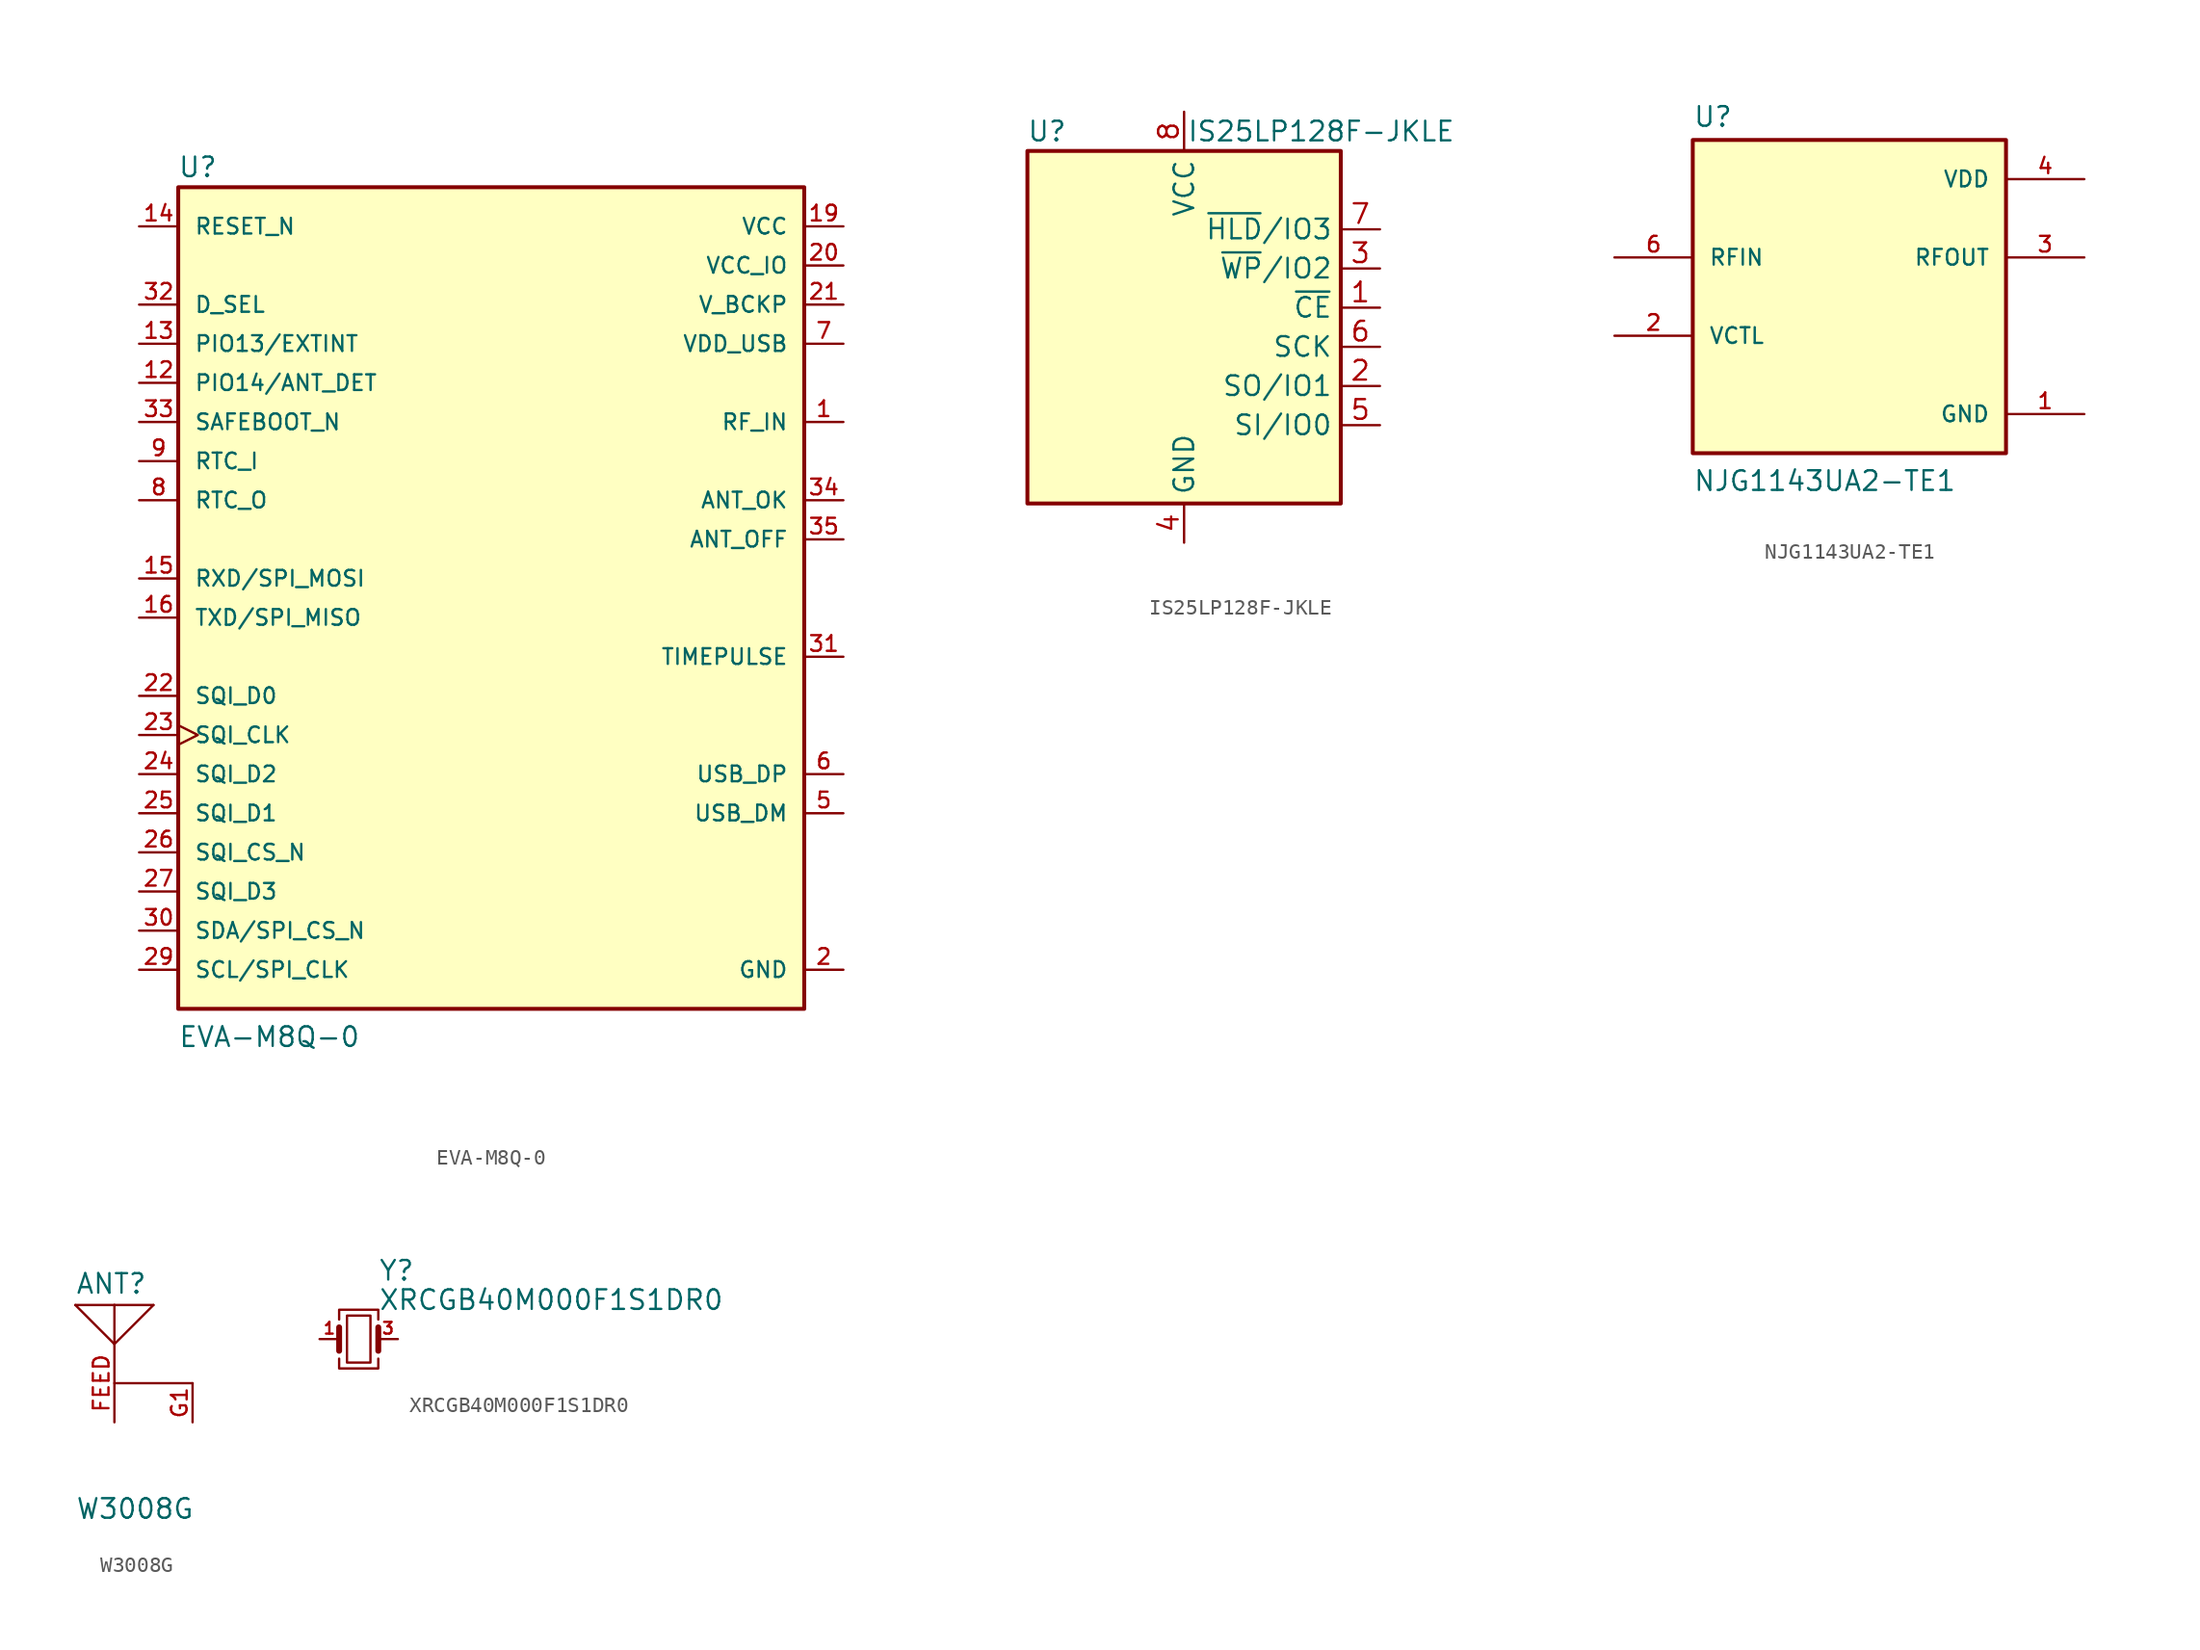
<source format=kicad_sym>
(kicad_symbol_lib
  (version 20220914)
  (generator kicad_symbol_editor)
  (symbol "EVA-M8Q-0"
    (pin_names
      (offset 1.016))
    (property "Reference" "U"
      (at -20.36 25.958 0)
      (effects (font (size 1.27 1.27)) (justify left bottom)))
    (property "Value" "EVA-M8Q-0"
      (at -20.338 -30.507 0)
      (effects (font (size 1.27 1.27)) (justify left bottom)))
    (symbol "EVA-M8Q-0_0_0"
      (rectangle (start -20.32 25.4) (end 20.32 -27.94) (stroke (width 0.254) (type default)) (fill (type background)))
      (pin input line (at 22.86 10.16 180) (length 2.54) (name "RF_IN" (effects (font (size 1.016 1.016)))) (number "1" (effects (font (size 1.016 1.016)))))
      (pin input line (at -22.86 12.7 0) (length 2.54) (name "PIO14/ANT_DET" (effects (font (size 1.016 1.016)))) (number "12" (effects (font (size 1.016 1.016)))))
      (pin input line (at -22.86 15.24 0) (length 2.54) (name "PIO13/EXTINT" (effects (font (size 1.016 1.016)))) (number "13" (effects (font (size 1.016 1.016)))))
      (pin input line (at -22.86 22.86 0) (length 2.54) (name "RESET_N" (effects (font (size 1.016 1.016)))) (number "14" (effects (font (size 1.016 1.016)))))
      (pin input line (at -22.86 0 0) (length 2.54) (name "RXD/SPI_MOSI" (effects (font (size 1.016 1.016)))) (number "15" (effects (font (size 1.016 1.016)))))
      (pin output line (at -22.86 -2.54 0) (length 2.54) (name "TXD/SPI_MISO" (effects (font (size 1.016 1.016)))) (number "16" (effects (font (size 1.016 1.016)))))
      (pin power_in line (at 22.86 -25.4 180) (length 2.54) hide (name "GND" (effects (font (size 1.016 1.016)))) (number "18" (effects (font (size 1.016 1.016)))))
      (pin power_in line (at 22.86 22.86 180) (length 2.54) (name "VCC" (effects (font (size 1.016 1.016)))) (number "19" (effects (font (size 1.016 1.016)))))
      (pin power_in line (at 22.86 -25.4 180) (length 2.54) (name "GND" (effects (font (size 1.016 1.016)))) (number "2" (effects (font (size 1.016 1.016)))))
      (pin power_in line (at 22.86 20.32 180) (length 2.54) (name "VCC_IO" (effects (font (size 1.016 1.016)))) (number "20" (effects (font (size 1.016 1.016)))))
      (pin power_in line (at 22.86 17.78 180) (length 2.54) (name "V_BCKP" (effects (font (size 1.016 1.016)))) (number "21" (effects (font (size 1.016 1.016)))))
      (pin bidirectional line (at -22.86 -7.62 0) (length 2.54) (name "SQI_D0" (effects (font (size 1.016 1.016)))) (number "22" (effects (font (size 1.016 1.016)))))
      (pin bidirectional clock (at -22.86 -10.16 0) (length 2.54) (name "SQI_CLK" (effects (font (size 1.016 1.016)))) (number "23" (effects (font (size 1.016 1.016)))))
      (pin bidirectional line (at -22.86 -12.7 0) (length 2.54) (name "SQI_D2" (effects (font (size 1.016 1.016)))) (number "24" (effects (font (size 1.016 1.016)))))
      (pin bidirectional line (at -22.86 -15.24 0) (length 2.54) (name "SQI_D1" (effects (font (size 1.016 1.016)))) (number "25" (effects (font (size 1.016 1.016)))))
      (pin bidirectional line (at -22.86 -17.78 0) (length 2.54) (name "SQI_CS_N" (effects (font (size 1.016 1.016)))) (number "26" (effects (font (size 1.016 1.016)))))
      (pin bidirectional line (at -22.86 -20.32 0) (length 2.54) (name "SQI_D3" (effects (font (size 1.016 1.016)))) (number "27" (effects (font (size 1.016 1.016)))))
      (pin input line (at -22.86 -25.4 0) (length 2.54) (name "SCL/SPI_CLK" (effects (font (size 1.016 1.016)))) (number "29" (effects (font (size 1.016 1.016)))))
      (pin bidirectional line (at -22.86 -22.86 0) (length 2.54) (name "SDA/SPI_CS_N" (effects (font (size 1.016 1.016)))) (number "30" (effects (font (size 1.016 1.016)))))
      (pin output line (at 22.86 -5.08 180) (length 2.54) (name "TIMEPULSE" (effects (font (size 1.016 1.016)))) (number "31" (effects (font (size 1.016 1.016)))))
      (pin input line (at -22.86 17.78 0) (length 2.54) (name "D_SEL" (effects (font (size 1.016 1.016)))) (number "32" (effects (font (size 1.016 1.016)))))
      (pin input line (at -22.86 10.16 0) (length 2.54) (name "SAFEBOOT_N" (effects (font (size 1.016 1.016)))) (number "33" (effects (font (size 1.016 1.016)))))
      (pin input line (at 22.86 5.08 180) (length 2.54) (name "ANT_OK" (effects (font (size 1.016 1.016)))) (number "34" (effects (font (size 1.016 1.016)))))
      (pin output line (at 22.86 2.54 180) (length 2.54) (name "ANT_OFF" (effects (font (size 1.016 1.016)))) (number "35" (effects (font (size 1.016 1.016)))))
      (pin power_in line (at 22.86 -25.4 180) (length 2.54) hide (name "GND" (effects (font (size 1.016 1.016)))) (number "37" (effects (font (size 1.016 1.016)))))
      (pin power_in line (at 22.86 -25.4 180) (length 2.54) hide (name "GND" (effects (font (size 1.016 1.016)))) (number "38" (effects (font (size 1.016 1.016)))))
      (pin power_in line (at 22.86 -25.4 180) (length 2.54) hide (name "GND" (effects (font (size 1.016 1.016)))) (number "39" (effects (font (size 1.016 1.016)))))
      (pin power_in line (at 22.86 -25.4 180) (length 2.54) hide (name "GND" (effects (font (size 1.016 1.016)))) (number "40" (effects (font (size 1.016 1.016)))))
      (pin power_in line (at 22.86 -25.4 180) (length 2.54) hide (name "GND" (effects (font (size 1.016 1.016)))) (number "41" (effects (font (size 1.016 1.016)))))
      (pin power_in line (at 22.86 -25.4 180) (length 2.54) hide (name "GND" (effects (font (size 1.016 1.016)))) (number "42" (effects (font (size 1.016 1.016)))))
      (pin power_in line (at 22.86 -25.4 180) (length 2.54) hide (name "GND" (effects (font (size 1.016 1.016)))) (number "43" (effects (font (size 1.016 1.016)))))
      (pin bidirectional line (at 22.86 -15.24 180) (length 2.54) (name "USB_DM" (effects (font (size 1.016 1.016)))) (number "5" (effects (font (size 1.016 1.016)))))
      (pin bidirectional line (at 22.86 -12.7 180) (length 2.54) (name "USB_DP" (effects (font (size 1.016 1.016)))) (number "6" (effects (font (size 1.016 1.016)))))
      (pin power_in line (at 22.86 15.24 180) (length 2.54) (name "VDD_USB" (effects (font (size 1.016 1.016)))) (number "7" (effects (font (size 1.016 1.016)))))
      (pin output line (at -22.86 5.08 0) (length 2.54) (name "RTC_O" (effects (font (size 1.016 1.016)))) (number "8" (effects (font (size 1.016 1.016)))))
      (pin input line (at -22.86 7.62 0) (length 2.54) (name "RTC_I" (effects (font (size 1.016 1.016)))) (number "9" (effects (font (size 1.016 1.016)))))))
  (symbol "IS25LP128F-JKLE"
    (property "Reference" "U"
      (at -8.89 11.43 0)
      (effects (font (size 1.27 1.27))))
    (property "Value" "IS25LP128F-JKLE"
      (at 8.89 11.43 0)
      (effects (font (size 1.27 1.27))))
    (symbol "IS25LP128F-JKLE_0_1"
      (rectangle (start -10.16 10.16) (end 10.16 -12.7) (stroke (width 0.254) (type default)) (fill (type background)))
      (pin input line (at 12.7 0 180) (length 2.54) (name "~{CE}" (effects (font (size 1.27 1.27)))) (number "1" (effects (font (size 1.27 1.27)))))
      (pin bidirectional line (at 12.7 -5.08 180) (length 2.54) (name "SO/IO1" (effects (font (size 1.27 1.27)))) (number "2" (effects (font (size 1.27 1.27)))))
      (pin bidirectional line (at 12.7 2.54 180) (length 2.54) (name "~{WP}/IO2" (effects (font (size 1.27 1.27)))) (number "3" (effects (font (size 1.27 1.27)))))
      (pin power_in line (at 0 -15.24 90) (length 2.54) (name "GND" (effects (font (size 1.27 1.27)))) (number "4" (effects (font (size 1.27 1.27)))))
      (pin bidirectional line (at 12.7 -7.62 180) (length 2.54) (name "SI/IO0" (effects (font (size 1.27 1.27)))) (number "5" (effects (font (size 1.27 1.27)))))
      (pin input line (at 12.7 -2.54 180) (length 2.54) (name "SCK" (effects (font (size 1.27 1.27)))) (number "6" (effects (font (size 1.27 1.27)))))
      (pin bidirectional line (at 12.7 5.08 180) (length 2.54) (name "~{HLD}/IO3" (effects (font (size 1.27 1.27)))) (number "7" (effects (font (size 1.27 1.27)))))
      (pin power_in line (at 0 12.7 270) (length 2.54) (name "VCC" (effects (font (size 1.27 1.27)))) (number "8" (effects (font (size 1.27 1.27)))))))
  (symbol "NJG1143UA2-TE1"
    (pin_names
      (offset 1.016))
    (property "Reference" "U"
      (at -10.16 10.922 0)
      (effects (font (size 1.27 1.27)) (justify left bottom)))
    (property "Value" "NJG1143UA2-TE1"
      (at -10.16 -12.7 0)
      (effects (font (size 1.27 1.27)) (justify left bottom)))
    (symbol "NJG1143UA2-TE1_0_0"
      (rectangle (start -10.16 10.16) (end 10.16 -10.16) (stroke (width 0.254) (type default)) (fill (type background)))
      (pin power_in line (at 15.24 -7.62 180) (length 5.08) (name "GND" (effects (font (size 1.016 1.016)))) (number "1" (effects (font (size 1.016 1.016)))))
      (pin input line (at -15.24 -2.54 0) (length 5.08) (name "VCTL" (effects (font (size 1.016 1.016)))) (number "2" (effects (font (size 1.016 1.016)))))
      (pin output line (at 15.24 2.54 180) (length 5.08) (name "RFOUT" (effects (font (size 1.016 1.016)))) (number "3" (effects (font (size 1.016 1.016)))))
      (pin power_in line (at 15.24 7.62 180) (length 5.08) (name "VDD" (effects (font (size 1.016 1.016)))) (number "4" (effects (font (size 1.016 1.016)))))
      (pin power_in line (at 15.24 -7.62 180) (length 5.08) hide (name "GND" (effects (font (size 1.016 1.016)))) (number "5" (effects (font (size 1.016 1.016)))))
      (pin input line (at -15.24 2.54 0) (length 5.08) (name "RFIN" (effects (font (size 1.016 1.016)))) (number "6" (effects (font (size 1.016 1.016)))))))
  (symbol "W3008G"
    (pin_names
      (offset 1.016))
    (property "Reference" "ANT"
      (at -2.542 5.72 0)
      (effects (font (size 1.27 1.27)) (justify left bottom)))
    (property "Value" "W3008G"
      (at -2.545 -8.906 0)
      (effects (font (size 1.27 1.27)) (justify left bottom)))
    (symbol "W3008G_0_0"
      (polyline (pts (xy -2.54 5.08) (xy 0 2.54)) (stroke (width 0.152) (type default)) (fill (type none)))
      (polyline (pts (xy -2.54 5.08) (xy 0 5.08)) (stroke (width 0.152) (type default)) (fill (type none)))
      (polyline (pts (xy 0 0) (xy 5.08 0)) (stroke (width 0.152) (type default)) (fill (type none)))
      (polyline (pts (xy 0 2.54) (xy 2.54 5.08)) (stroke (width 0.152) (type default)) (fill (type none)))
      (polyline (pts (xy 0 5.08) (xy 0 2.54)) (stroke (width 0.152) (type default)) (fill (type none)))
      (polyline (pts (xy 0 5.08) (xy 2.54 5.08)) (stroke (width 0.152) (type default)) (fill (type none)))
      (pin passive line (at 0 -2.54 90) (length 5.08) (name "~" (effects (font (size 1.016 1.016)))) (number "FEED" (effects (font (size 1.016 1.016)))))
      (pin passive line (at 5.08 -2.54 90) (length 2.54) (name "~" (effects (font (size 1.016 1.016)))) (number "G1" (effects (font (size 1.016 1.016)))))
      (pin passive line (at 5.08 -2.54 90) (length 2.54) hide (name "~" (effects (font (size 1.016 1.016)))) (number "G2" (effects (font (size 1.016 1.016)))))))
  (symbol "XRCGB40M000F1S1DR0"
    (pin_names
      (offset 1.016) hide)
    (property "Reference" "Y"
      (at 1.27 4.445 0)
      (effects (font (size 1.27 1.27)) (justify left)))
    (property "Value" "XRCGB40M000F1S1DR0"
      (at 1.27 2.54 0)
      (effects (font (size 1.27 1.27)) (justify left)))
    (symbol "XRCGB40M000F1S1DR0_0_1"
      (rectangle (start -0.762 1.524) (end 0.762 -1.524) (stroke (width 0) (type default)) (fill (type none)))
      (polyline (pts (xy -1.27 -0.762) (xy -1.27 0.762)) (stroke (width 0.381) (type default)) (fill (type none)))
      (polyline (pts (xy 1.27 -0.762) (xy 1.27 0.762)) (stroke (width 0.381) (type default)) (fill (type none)))
      (polyline (pts (xy -1.27 -1.27) (xy -1.27 -1.905) (xy 1.27 -1.905) (xy 1.27 -1.27)) (stroke (width 0) (type default)) (fill (type none)))
      (polyline (pts (xy -1.27 1.27) (xy -1.27 1.905) (xy 1.27 1.905) (xy 1.27 1.27)) (stroke (width 0) (type default)) (fill (type none))))
    (symbol "XRCGB40M000F1S1DR0_1_1"
      (pin passive line (at -2.54 0 0) (length 1.27) (name "1" (effects (font (size 1.27 1.27)))) (number "1" (effects (font (size 0.762 0.762)))))
      (pin no_connect line (at 0 -2.54 90) (length 0.635) hide (name "2" (effects (font (size 1.27 1.27)))) (number "2" (effects (font (size 0.762 0.762)))))
      (pin passive line (at 2.54 0 180) (length 1.27) (name "3" (effects (font (size 1.27 1.27)))) (number "3" (effects (font (size 0.762 0.762)))))
      (pin no_connect line (at 0 2.54 270) (length 0.635) hide (name "4" (effects (font (size 1.27 1.27)))) (number "4" (effects (font (size 0.762 0.762))))))))
</source>
